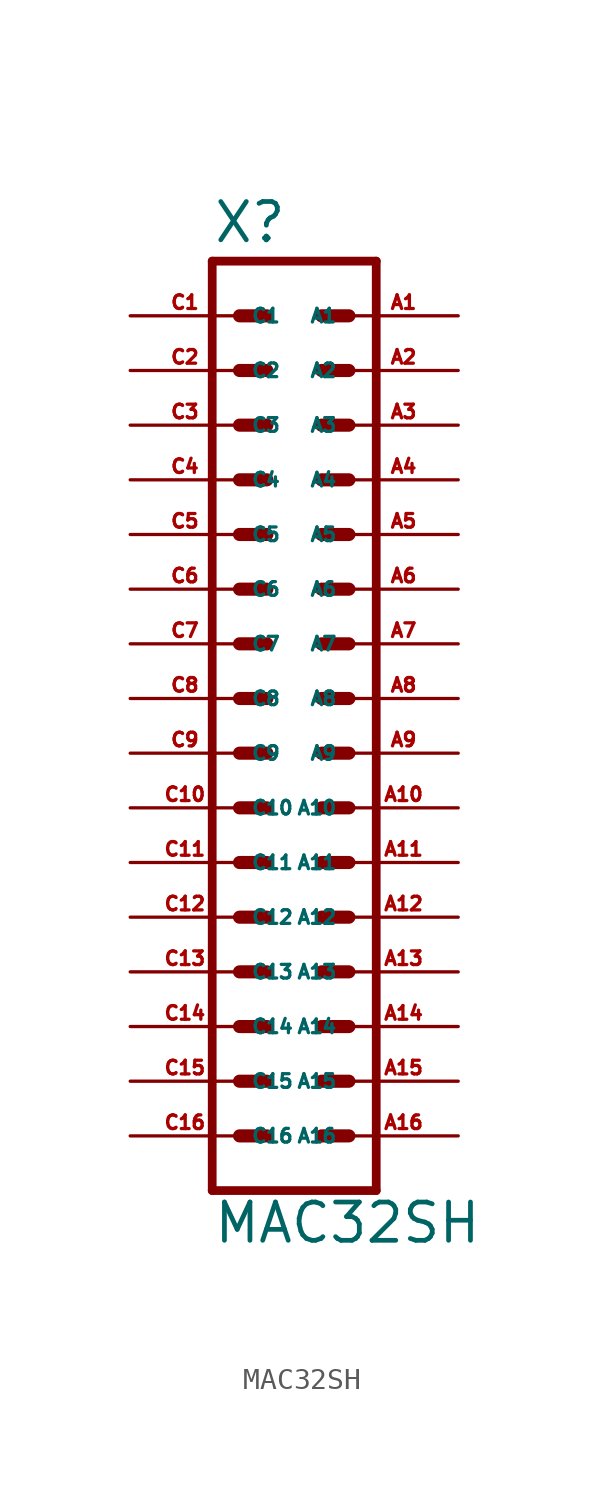
<source format=kicad_sym>
(kicad_symbol_lib
  (version 20220914)
  (generator Eagle2Kicad)
  (symbol "MAC32SH"
    (property "Reference" "X"
      (at -3.81 23.622 0)
      (effects (font (size 1.778 1.778) (thickness 0.22)) (justify left bottom)))
    (property "Value" "MAC32SH"
      (at -3.81 -22.86 0)
      (effects (font (size 1.778 1.778) (thickness 0.22)) (justify left bottom)))
    (polyline
      (pts (xy 3.81 -20.32) (xy -3.81 -20.32))
      (stroke (width 0.406) (type default))
      (fill (type none)))
    (polyline
      (pts (xy -3.81 22.86) (xy -3.81 -20.32))
      (stroke (width 0.406) (type default))
      (fill (type none)))
    (polyline
      (pts (xy -3.81 22.86) (xy 3.81 22.86))
      (stroke (width 0.406) (type default))
      (fill (type none)))
    (polyline
      (pts (xy 3.81 -20.32) (xy 3.81 22.86))
      (stroke (width 0.406) (type default))
      (fill (type none)))
    (polyline
      (pts (xy -2.54 -17.78) (xy -1.27 -17.78))
      (stroke (width 0.61) (type default))
      (fill (type none)))
    (polyline
      (pts (xy -2.54 -15.24) (xy -1.27 -15.24))
      (stroke (width 0.61) (type default))
      (fill (type none)))
    (polyline
      (pts (xy -2.54 -12.7) (xy -1.27 -12.7))
      (stroke (width 0.61) (type default))
      (fill (type none)))
    (polyline
      (pts (xy -2.54 -10.16) (xy -1.27 -10.16))
      (stroke (width 0.61) (type default))
      (fill (type none)))
    (polyline
      (pts (xy -2.54 -7.62) (xy -1.27 -7.62))
      (stroke (width 0.61) (type default))
      (fill (type none)))
    (polyline
      (pts (xy -2.54 -5.08) (xy -1.27 -5.08))
      (stroke (width 0.61) (type default))
      (fill (type none)))
    (polyline
      (pts (xy -2.54 -2.54) (xy -1.27 -2.54))
      (stroke (width 0.61) (type default))
      (fill (type none)))
    (polyline
      (pts (xy -2.54 0) (xy -1.27 0))
      (stroke (width 0.61) (type default))
      (fill (type none)))
    (polyline
      (pts (xy -2.54 2.54) (xy -1.27 2.54))
      (stroke (width 0.61) (type default))
      (fill (type none)))
    (polyline
      (pts (xy -2.54 5.08) (xy -1.27 5.08))
      (stroke (width 0.61) (type default))
      (fill (type none)))
    (polyline
      (pts (xy -2.54 7.62) (xy -1.27 7.62))
      (stroke (width 0.61) (type default))
      (fill (type none)))
    (polyline
      (pts (xy -2.54 10.16) (xy -1.27 10.16))
      (stroke (width 0.61) (type default))
      (fill (type none)))
    (polyline
      (pts (xy -2.54 12.7) (xy -1.27 12.7))
      (stroke (width 0.61) (type default))
      (fill (type none)))
    (polyline
      (pts (xy -2.54 15.24) (xy -1.27 15.24))
      (stroke (width 0.61) (type default))
      (fill (type none)))
    (polyline
      (pts (xy -2.54 17.78) (xy -1.27 17.78))
      (stroke (width 0.61) (type default))
      (fill (type none)))
    (polyline
      (pts (xy -2.54 20.32) (xy -1.27 20.32))
      (stroke (width 0.61) (type default))
      (fill (type none)))
    (polyline
      (pts (xy 2.54 -17.78) (xy 1.27 -17.78))
      (stroke (width 0.61) (type default))
      (fill (type none)))
    (polyline
      (pts (xy 2.54 -15.24) (xy 1.27 -15.24))
      (stroke (width 0.61) (type default))
      (fill (type none)))
    (polyline
      (pts (xy 2.54 -12.7) (xy 1.27 -12.7))
      (stroke (width 0.61) (type default))
      (fill (type none)))
    (polyline
      (pts (xy 2.54 -10.16) (xy 1.27 -10.16))
      (stroke (width 0.61) (type default))
      (fill (type none)))
    (polyline
      (pts (xy 2.54 -7.62) (xy 1.27 -7.62))
      (stroke (width 0.61) (type default))
      (fill (type none)))
    (polyline
      (pts (xy 2.54 -5.08) (xy 1.27 -5.08))
      (stroke (width 0.61) (type default))
      (fill (type none)))
    (polyline
      (pts (xy 2.54 -2.54) (xy 1.27 -2.54))
      (stroke (width 0.61) (type default))
      (fill (type none)))
    (polyline
      (pts (xy 2.54 0) (xy 1.27 0))
      (stroke (width 0.61) (type default))
      (fill (type none)))
    (polyline
      (pts (xy 2.54 2.54) (xy 1.27 2.54))
      (stroke (width 0.61) (type default))
      (fill (type none)))
    (polyline
      (pts (xy 2.54 5.08) (xy 1.27 5.08))
      (stroke (width 0.61) (type default))
      (fill (type none)))
    (polyline
      (pts (xy 2.54 7.62) (xy 1.27 7.62))
      (stroke (width 0.61) (type default))
      (fill (type none)))
    (polyline
      (pts (xy 2.54 10.16) (xy 1.27 10.16))
      (stroke (width 0.61) (type default))
      (fill (type none)))
    (polyline
      (pts (xy 2.54 12.7) (xy 1.27 12.7))
      (stroke (width 0.61) (type default))
      (fill (type none)))
    (polyline
      (pts (xy 2.54 15.24) (xy 1.27 15.24))
      (stroke (width 0.61) (type default))
      (fill (type none)))
    (polyline
      (pts (xy 2.54 17.78) (xy 1.27 17.78))
      (stroke (width 0.61) (type default))
      (fill (type none)))
    (polyline
      (pts (xy 2.54 20.32) (xy 1.27 20.32))
      (stroke (width 0.61) (type default))
      (fill (type none)))
    (pin passive line
      (at 7.62 20.32 180)
      (length 5.08)
      (name "A1" (effects (font (size 0.635 0.635) (thickness 0.08)) (justify left bottom)))
      (number "A1" (effects (font (size 0.635 0.635) (thickness 0.08)) (justify left bottom))))
    (pin passive line
      (at 7.62 17.78 180)
      (length 5.08)
      (name "A2" (effects (font (size 0.635 0.635) (thickness 0.08)) (justify left bottom)))
      (number "A2" (effects (font (size 0.635 0.635) (thickness 0.08)) (justify left bottom))))
    (pin passive line
      (at 7.62 15.24 180)
      (length 5.08)
      (name "A3" (effects (font (size 0.635 0.635) (thickness 0.08)) (justify left bottom)))
      (number "A3" (effects (font (size 0.635 0.635) (thickness 0.08)) (justify left bottom))))
    (pin passive line
      (at 7.62 12.7 180)
      (length 5.08)
      (name "A4" (effects (font (size 0.635 0.635) (thickness 0.08)) (justify left bottom)))
      (number "A4" (effects (font (size 0.635 0.635) (thickness 0.08)) (justify left bottom))))
    (pin passive line
      (at 7.62 10.16 180)
      (length 5.08)
      (name "A5" (effects (font (size 0.635 0.635) (thickness 0.08)) (justify left bottom)))
      (number "A5" (effects (font (size 0.635 0.635) (thickness 0.08)) (justify left bottom))))
    (pin passive line
      (at 7.62 7.62 180)
      (length 5.08)
      (name "A6" (effects (font (size 0.635 0.635) (thickness 0.08)) (justify left bottom)))
      (number "A6" (effects (font (size 0.635 0.635) (thickness 0.08)) (justify left bottom))))
    (pin passive line
      (at 7.62 5.08 180)
      (length 5.08)
      (name "A7" (effects (font (size 0.635 0.635) (thickness 0.08)) (justify left bottom)))
      (number "A7" (effects (font (size 0.635 0.635) (thickness 0.08)) (justify left bottom))))
    (pin passive line
      (at 7.62 2.54 180)
      (length 5.08)
      (name "A8" (effects (font (size 0.635 0.635) (thickness 0.08)) (justify left bottom)))
      (number "A8" (effects (font (size 0.635 0.635) (thickness 0.08)) (justify left bottom))))
    (pin passive line
      (at 7.62 0 180)
      (length 5.08)
      (name "A9" (effects (font (size 0.635 0.635) (thickness 0.08)) (justify left bottom)))
      (number "A9" (effects (font (size 0.635 0.635) (thickness 0.08)) (justify left bottom))))
    (pin passive line
      (at 7.62 -2.54 180)
      (length 5.08)
      (name "A10" (effects (font (size 0.635 0.635) (thickness 0.08)) (justify left bottom)))
      (number "A10" (effects (font (size 0.635 0.635) (thickness 0.08)) (justify left bottom))))
    (pin passive line
      (at 7.62 -5.08 180)
      (length 5.08)
      (name "A11" (effects (font (size 0.635 0.635) (thickness 0.08)) (justify left bottom)))
      (number "A11" (effects (font (size 0.635 0.635) (thickness 0.08)) (justify left bottom))))
    (pin passive line
      (at 7.62 -7.62 180)
      (length 5.08)
      (name "A12" (effects (font (size 0.635 0.635) (thickness 0.08)) (justify left bottom)))
      (number "A12" (effects (font (size 0.635 0.635) (thickness 0.08)) (justify left bottom))))
    (pin passive line
      (at 7.62 -10.16 180)
      (length 5.08)
      (name "A13" (effects (font (size 0.635 0.635) (thickness 0.08)) (justify left bottom)))
      (number "A13" (effects (font (size 0.635 0.635) (thickness 0.08)) (justify left bottom))))
    (pin passive line
      (at 7.62 -12.7 180)
      (length 5.08)
      (name "A14" (effects (font (size 0.635 0.635) (thickness 0.08)) (justify left bottom)))
      (number "A14" (effects (font (size 0.635 0.635) (thickness 0.08)) (justify left bottom))))
    (pin passive line
      (at 7.62 -15.24 180)
      (length 5.08)
      (name "A15" (effects (font (size 0.635 0.635) (thickness 0.08)) (justify left bottom)))
      (number "A15" (effects (font (size 0.635 0.635) (thickness 0.08)) (justify left bottom))))
    (pin passive line
      (at 7.62 -17.78 180)
      (length 5.08)
      (name "A16" (effects (font (size 0.635 0.635) (thickness 0.08)) (justify left bottom)))
      (number "A16" (effects (font (size 0.635 0.635) (thickness 0.08)) (justify left bottom))))
    (pin passive line
      (at -7.62 20.32 0)
      (length 5.08)
      (name "C1" (effects (font (size 0.635 0.635) (thickness 0.08)) (justify left bottom)))
      (number "C1" (effects (font (size 0.635 0.635) (thickness 0.08)) (justify left bottom))))
    (pin passive line
      (at -7.62 17.78 0)
      (length 5.08)
      (name "C2" (effects (font (size 0.635 0.635) (thickness 0.08)) (justify left bottom)))
      (number "C2" (effects (font (size 0.635 0.635) (thickness 0.08)) (justify left bottom))))
    (pin passive line
      (at -7.62 15.24 0)
      (length 5.08)
      (name "C3" (effects (font (size 0.635 0.635) (thickness 0.08)) (justify left bottom)))
      (number "C3" (effects (font (size 0.635 0.635) (thickness 0.08)) (justify left bottom))))
    (pin passive line
      (at -7.62 12.7 0)
      (length 5.08)
      (name "C4" (effects (font (size 0.635 0.635) (thickness 0.08)) (justify left bottom)))
      (number "C4" (effects (font (size 0.635 0.635) (thickness 0.08)) (justify left bottom))))
    (pin passive line
      (at -7.62 10.16 0)
      (length 5.08)
      (name "C5" (effects (font (size 0.635 0.635) (thickness 0.08)) (justify left bottom)))
      (number "C5" (effects (font (size 0.635 0.635) (thickness 0.08)) (justify left bottom))))
    (pin passive line
      (at -7.62 7.62 0)
      (length 5.08)
      (name "C6" (effects (font (size 0.635 0.635) (thickness 0.08)) (justify left bottom)))
      (number "C6" (effects (font (size 0.635 0.635) (thickness 0.08)) (justify left bottom))))
    (pin passive line
      (at -7.62 5.08 0)
      (length 5.08)
      (name "C7" (effects (font (size 0.635 0.635) (thickness 0.08)) (justify left bottom)))
      (number "C7" (effects (font (size 0.635 0.635) (thickness 0.08)) (justify left bottom))))
    (pin passive line
      (at -7.62 2.54 0)
      (length 5.08)
      (name "C8" (effects (font (size 0.635 0.635) (thickness 0.08)) (justify left bottom)))
      (number "C8" (effects (font (size 0.635 0.635) (thickness 0.08)) (justify left bottom))))
    (pin passive line
      (at -7.62 0 0)
      (length 5.08)
      (name "C9" (effects (font (size 0.635 0.635) (thickness 0.08)) (justify left bottom)))
      (number "C9" (effects (font (size 0.635 0.635) (thickness 0.08)) (justify left bottom))))
    (pin passive line
      (at -7.62 -2.54 0)
      (length 5.08)
      (name "C10" (effects (font (size 0.635 0.635) (thickness 0.08)) (justify left bottom)))
      (number "C10" (effects (font (size 0.635 0.635) (thickness 0.08)) (justify left bottom))))
    (pin passive line
      (at -7.62 -5.08 0)
      (length 5.08)
      (name "C11" (effects (font (size 0.635 0.635) (thickness 0.08)) (justify left bottom)))
      (number "C11" (effects (font (size 0.635 0.635) (thickness 0.08)) (justify left bottom))))
    (pin passive line
      (at -7.62 -7.62 0)
      (length 5.08)
      (name "C12" (effects (font (size 0.635 0.635) (thickness 0.08)) (justify left bottom)))
      (number "C12" (effects (font (size 0.635 0.635) (thickness 0.08)) (justify left bottom))))
    (pin passive line
      (at -7.62 -10.16 0)
      (length 5.08)
      (name "C13" (effects (font (size 0.635 0.635) (thickness 0.08)) (justify left bottom)))
      (number "C13" (effects (font (size 0.635 0.635) (thickness 0.08)) (justify left bottom))))
    (pin passive line
      (at -7.62 -12.7 0)
      (length 5.08)
      (name "C14" (effects (font (size 0.635 0.635) (thickness 0.08)) (justify left bottom)))
      (number "C14" (effects (font (size 0.635 0.635) (thickness 0.08)) (justify left bottom))))
    (pin passive line
      (at -7.62 -15.24 0)
      (length 5.08)
      (name "C15" (effects (font (size 0.635 0.635) (thickness 0.08)) (justify left bottom)))
      (number "C15" (effects (font (size 0.635 0.635) (thickness 0.08)) (justify left bottom))))
    (pin passive line
      (at -7.62 -17.78 0)
      (length 5.08)
      (name "C16" (effects (font (size 0.635 0.635) (thickness 0.08)) (justify left bottom)))
      (number "C16" (effects (font (size 0.635 0.635) (thickness 0.08)) (justify left bottom))))))
</source>
